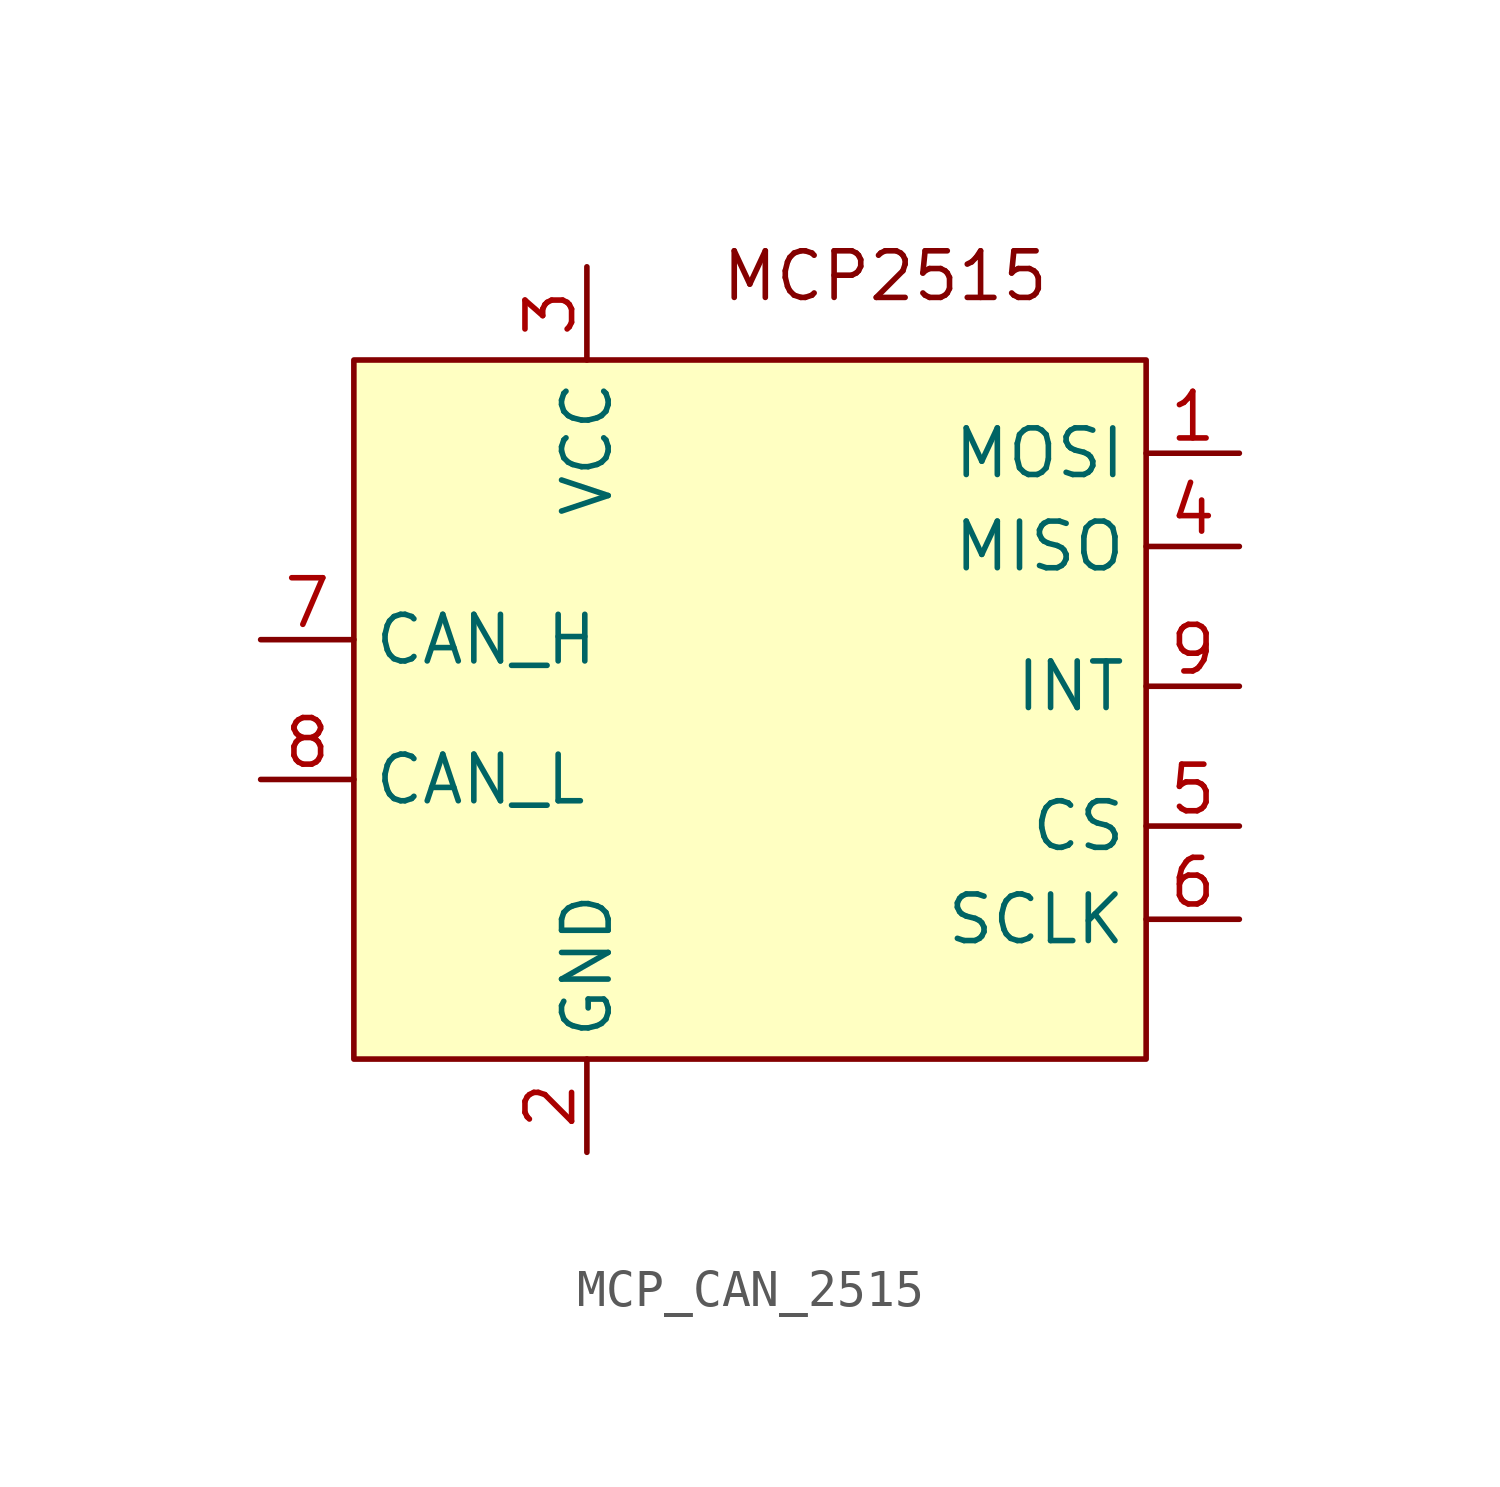
<source format=kicad_sym>
(kicad_symbol_lib
  (version 20241209)
  (generator "kicad_symbol_editor")
  (generator_version "9.0")
  (symbol "MCP_CAN_2515"
    (property "Reference" "U"
      (at -13.208 -5.334 0)
      (effects (font (size 1.27 1.27)) (hide yes)))
    (property "Value" ""
      (at 0 0 0)
      (effects (font (size 1.27 1.27))))
    (symbol "MCP_CAN_2515_1_1"
      (rectangle (start -6.35 11.43) (end 15.24 -7.62) (stroke (width 0) (type solid)) (fill (type background)))
      (text "MCP2515\n" (at 8.128 13.716 0) (effects (font (size 1.27 1.27))))
      (pin input line (at -8.89 3.81 0) (length 2.54) (name "CAN_H" (effects (font (size 1.27 1.27)))) (number "7" (effects (font (size 1.27 1.27)))))
      (pin input line (at -8.89 0 0) (length 2.54) (name "CAN_L" (effects (font (size 1.27 1.27)))) (number "8" (effects (font (size 1.27 1.27)))))
      (pin input line (at 0 13.97 270) (length 2.54) (name "VCC" (effects (font (size 1.27 1.27)))) (number "3" (effects (font (size 1.27 1.27)))))
      (pin input line (at 0 -10.16 90) (length 2.54) (name "GND" (effects (font (size 1.27 1.27)))) (number "2" (effects (font (size 1.27 1.27)))))
      (pin input line (at 17.78 8.89 180) (length 2.54) (name "MOSI" (effects (font (size 1.27 1.27)))) (number "1" (effects (font (size 1.27 1.27)))))
      (pin input line (at 17.78 6.35 180) (length 2.54) (name "MISO" (effects (font (size 1.27 1.27)))) (number "4" (effects (font (size 1.27 1.27)))))
      (pin input line (at 17.78 2.54 180) (length 2.54) (name "INT" (effects (font (size 1.27 1.27)))) (number "9" (effects (font (size 1.27 1.27)))))
      (pin input line (at 17.78 -1.27 180) (length 2.54) (name "CS" (effects (font (size 1.27 1.27)))) (number "5" (effects (font (size 1.27 1.27)))))
      (pin input line (at 17.78 -3.81 180) (length 2.54) (name "SCLK" (effects (font (size 1.27 1.27)))) (number "6" (effects (font (size 1.27 1.27))))))))
</source>
